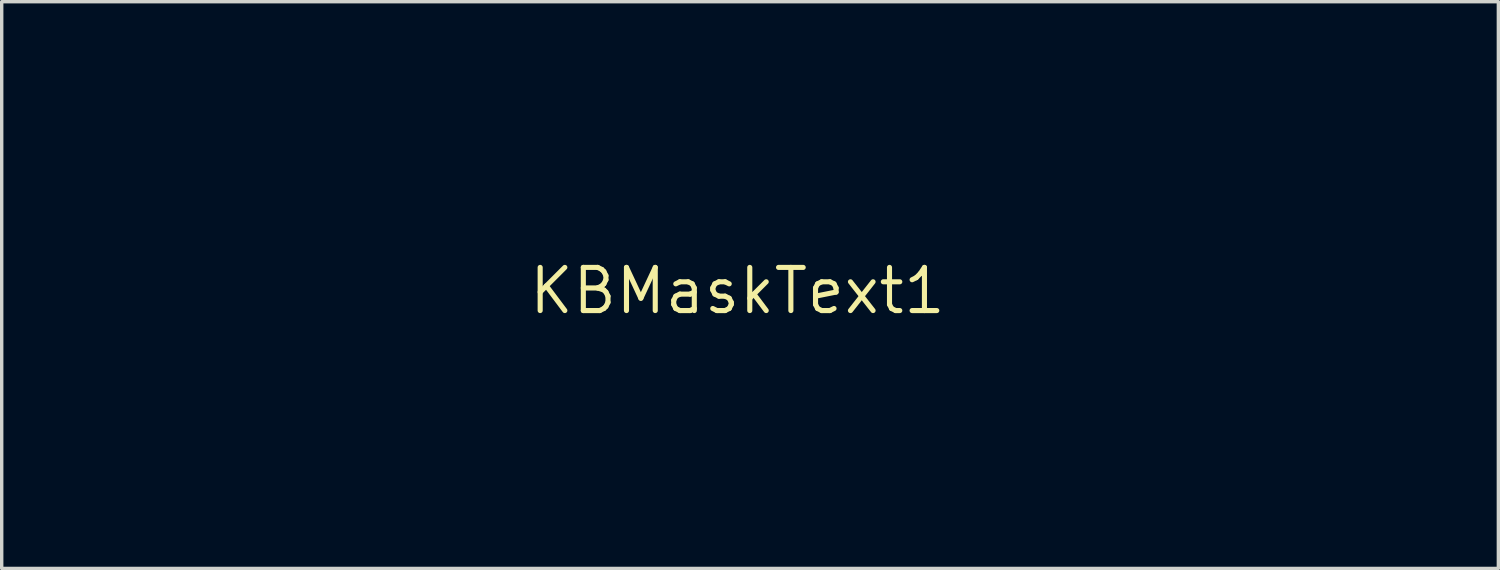
<source format=kicad_pcb>
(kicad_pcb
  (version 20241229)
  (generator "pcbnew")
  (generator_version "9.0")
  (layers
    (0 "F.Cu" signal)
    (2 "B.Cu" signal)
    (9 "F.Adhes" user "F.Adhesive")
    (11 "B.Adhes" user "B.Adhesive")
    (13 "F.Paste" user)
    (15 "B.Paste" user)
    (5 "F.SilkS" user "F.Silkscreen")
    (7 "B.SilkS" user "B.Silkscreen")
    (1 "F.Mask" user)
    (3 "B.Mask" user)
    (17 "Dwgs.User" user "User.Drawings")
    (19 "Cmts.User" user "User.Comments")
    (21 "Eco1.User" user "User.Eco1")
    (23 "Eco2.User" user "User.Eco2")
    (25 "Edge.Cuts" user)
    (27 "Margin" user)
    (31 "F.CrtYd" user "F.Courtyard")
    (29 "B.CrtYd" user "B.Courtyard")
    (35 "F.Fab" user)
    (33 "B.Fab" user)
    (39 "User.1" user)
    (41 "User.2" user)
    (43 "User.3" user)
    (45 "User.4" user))
  (footprint "KBMaskText1"
    (layer "F.Cu")
    (at 18.653 5.51)
    (property "Reference" "KBMaskText1" (at 0 0 0) (layer "F.SilkS") (effects (font (size 1.27 1.27) (thickness 0.15))))
    (attr through_hole)
    (fp_poly (pts (xy -12.975 0.36) (xy -13.504 0.36) (xy -13.504 -4.022) (xy -12.975 -4.022) (xy -12.975 0.36)) (stroke (width 0.01) (type solid)) (fill yes) (layer "F.Mask"))
    (fp_poly (pts (xy -9.631 5.165) (xy -10.097 5.165) (xy -10.097 2.265) (xy -10.541 2.265) (xy -10.541 1.841) (xy -10.477 1.841) (xy -10.395 1.828) (xy -10.304 1.795) (xy -10.228 1.75) (xy -10.216 1.74) (xy -10.171 1.683) (xy -10.131 1.604) (xy -10.103 1.523) (xy -10.097 1.476) (xy -10.097 1.418) (xy -9.631 1.418) (xy -9.631 5.165)) (stroke (width 0.01) (type solid)) (fill yes) (layer "F.Mask"))
    (fp_poly (pts (xy -13.201 -5.494) (xy -13.08 -5.456) (xy -12.985 -5.386) (xy -12.919 -5.288) (xy -12.885 -5.167) (xy -12.882 -5.111) (xy -12.9 -4.995) (xy -12.953 -4.896) (xy -13.032 -4.819) (xy -13.13 -4.768) (xy -13.242 -4.747) (xy -13.359 -4.762) (xy -13.384 -4.771) (xy -13.481 -4.82) (xy -13.55 -4.89) (xy -13.592 -4.964) (xy -13.625 -5.08) (xy -13.621 -5.193) (xy -13.585 -5.297) (xy -13.522 -5.386) (xy -13.436 -5.453) (xy -13.331 -5.492) (xy -13.214 -5.496) (xy -13.201 -5.494)) (stroke (width 0.01) (type solid)) (fill yes) (layer "F.Mask"))
    (fp_poly (pts (xy 15.759 -4.002) (xy 15.764 -3.948) (xy 15.768 -3.867) (xy 15.769 -3.769) (xy 15.769 -3.759) (xy 15.769 -3.496) (xy 15.647 -3.482) (xy 15.43 -3.439) (xy 15.233 -3.36) (xy 15.06 -3.247) (xy 14.912 -3.1) (xy 14.79 -2.922) (xy 14.697 -2.714) (xy 14.675 -2.645) (xy 14.668 -2.618) (xy 14.662 -2.583) (xy 14.657 -2.539) (xy 14.652 -2.481) (xy 14.648 -2.407) (xy 14.645 -2.313) (xy 14.642 -2.196) (xy 14.64 -2.054) (xy 14.638 -1.882) (xy 14.636 -1.679) (xy 14.634 -1.44) (xy 14.632 -1.162) (xy 14.632 -1.085) (xy 14.623 0.36) (xy 14.118 0.36) (xy 14.118 -1.106) (xy 14.119 -1.401) (xy 14.119 -1.657) (xy 14.12 -1.877) (xy 14.121 -2.065) (xy 14.123 -2.224) (xy 14.126 -2.358) (xy 14.13 -2.469) (xy 14.135 -2.562) (xy 14.143 -2.639) (xy 14.151 -2.705) (xy 14.162 -2.762) (xy 14.175 -2.813) (xy 14.19 -2.863) (xy 14.208 -2.914) (xy 14.226 -2.963) (xy 14.327 -3.18) (xy 14.463 -3.383) (xy 14.629 -3.566) (xy 14.818 -3.724) (xy 15.025 -3.851) (xy 15.195 -3.925) (xy 15.288 -3.952) (xy 15.407 -3.978) (xy 15.537 -4) (xy 15.661 -4.015) (xy 15.753 -4.021) (xy 15.759 -4.002)) (stroke (width 0.01) (type solid)) (fill yes) (layer "F.Mask"))
    (fp_poly (pts (xy 19.389 0.36) (xy 18.78 0.357) (xy 18.617 0.356) (xy 18.461 0.354) (xy 18.319 0.35) (xy 18.199 0.346) (xy 18.107 0.342) (xy 18.049 0.337) (xy 18.046 0.336) (xy 17.764 0.274) (xy 17.482 0.171) (xy 17.388 0.127) (xy 17.128 -0.023) (xy 16.896 -0.201) (xy 16.695 -0.404) (xy 16.525 -0.628) (xy 16.387 -0.87) (xy 16.283 -1.127) (xy 16.214 -1.394) (xy 16.181 -1.67) (xy 16.182 -1.708) (xy 16.715 -1.708) (xy 16.726 -1.547) (xy 16.75 -1.408) (xy 16.75 -1.408) (xy 16.776 -1.321) (xy 16.816 -1.215) (xy 16.862 -1.107) (xy 16.883 -1.063) (xy 17.002 -0.866) (xy 17.154 -0.682) (xy 17.331 -0.517) (xy 17.526 -0.38) (xy 17.685 -0.298) (xy 17.803 -0.251) (xy 17.922 -0.217) (xy 18.052 -0.193) (xy 18.202 -0.179) (xy 18.38 -0.172) (xy 18.473 -0.171) (xy 18.838 -0.169) (xy 18.838 -1.794) (xy 18.838 -3.418) (xy 18.494 -3.412) (xy 18.365 -3.407) (xy 18.238 -3.4) (xy 18.125 -3.391) (xy 18.038 -3.381) (xy 18.009 -3.376) (xy 17.764 -3.305) (xy 17.536 -3.198) (xy 17.328 -3.056) (xy 17.144 -2.885) (xy 16.986 -2.687) (xy 16.86 -2.466) (xy 16.767 -2.224) (xy 16.752 -2.17) (xy 16.728 -2.035) (xy 16.715 -1.876) (xy 16.715 -1.708) (xy 16.182 -1.708) (xy 16.185 -1.95) (xy 16.227 -2.232) (xy 16.309 -2.511) (xy 16.408 -2.74) (xy 16.477 -2.87) (xy 16.544 -2.98) (xy 16.619 -3.081) (xy 16.71 -3.187) (xy 16.791 -3.274) (xy 17.018 -3.481) (xy 17.266 -3.651) (xy 17.447 -3.747) (xy 17.577 -3.804) (xy 17.698 -3.848) (xy 17.819 -3.88) (xy 17.951 -3.904) (xy 18.102 -3.921) (xy 18.282 -3.932) (xy 18.36 -3.935) (xy 18.76 -3.95) (xy 18.81 -4.008) (xy 18.86 -4.066) (xy 18.86 -5.503) (xy 19.389 -5.503) (xy 19.389 0.36)) (stroke (width 0.01) (type solid)) (fill yes) (layer "F.Mask"))
    (fp_poly (pts (xy -10.245 -4.002) (xy -9.995 -3.981) (xy -9.758 -3.922) (xy -9.537 -3.825) (xy -9.334 -3.694) (xy -9.152 -3.53) (xy -8.993 -3.336) (xy -8.859 -3.113) (xy -8.755 -2.863) (xy -8.729 -2.783) (xy -8.722 -2.756) (xy -8.715 -2.725) (xy -8.71 -2.686) (xy -8.705 -2.637) (xy -8.701 -2.574) (xy -8.698 -2.495) (xy -8.695 -2.395) (xy -8.692 -2.273) (xy -8.69 -2.125) (xy -8.689 -1.948) (xy -8.687 -1.738) (xy -8.686 -1.493) (xy -8.684 -1.209) (xy -8.684 -1.148) (xy -8.676 0.36) (xy -9.206 0.36) (xy -9.218 -2.593) (xy -9.273 -2.733) (xy -9.372 -2.942) (xy -9.493 -3.116) (xy -9.639 -3.257) (xy -9.81 -3.367) (xy -9.829 -3.376) (xy -10.016 -3.446) (xy -10.206 -3.475) (xy -10.395 -3.467) (xy -10.578 -3.421) (xy -10.75 -3.34) (xy -10.908 -3.226) (xy -11.047 -3.08) (xy -11.163 -2.904) (xy -11.175 -2.882) (xy -11.203 -2.814) (xy -11.234 -2.725) (xy -11.261 -2.632) (xy -11.262 -2.63) (xy -11.27 -2.596) (xy -11.277 -2.561) (xy -11.283 -2.521) (xy -11.288 -2.473) (xy -11.292 -2.414) (xy -11.295 -2.34) (xy -11.298 -2.247) (xy -11.3 -2.134) (xy -11.301 -1.995) (xy -11.302 -1.828) (xy -11.303 -1.63) (xy -11.303 -1.397) (xy -11.303 -1.126) (xy -11.303 -1.055) (xy -11.303 0.36) (xy -11.834 0.36) (xy -11.827 -1.138) (xy -11.826 -1.436) (xy -11.824 -1.696) (xy -11.823 -1.92) (xy -11.821 -2.111) (xy -11.818 -2.274) (xy -11.814 -2.411) (xy -11.809 -2.526) (xy -11.802 -2.622) (xy -11.793 -2.702) (xy -11.781 -2.77) (xy -11.767 -2.83) (xy -11.75 -2.883) (xy -11.73 -2.935) (xy -11.706 -2.988) (xy -11.679 -3.046) (xy -11.652 -3.101) (xy -11.52 -3.329) (xy -11.361 -3.527) (xy -11.177 -3.693) (xy -10.971 -3.825) (xy -10.745 -3.922) (xy -10.503 -3.981) (xy -10.247 -4.002) (xy -10.245 -4.002)) (stroke (width 0.01) (type solid)) (fill yes) (layer "F.Mask"))
    (fp_poly (pts (xy -7.048 -2.239) (xy -6.915 -2.363) (xy -6.874 -2.401) (xy -6.805 -2.465) (xy -6.712 -2.551) (xy -6.599 -2.657) (xy -6.468 -2.778) (xy -6.324 -2.911) (xy -6.169 -3.054) (xy -6.008 -3.203) (xy -5.953 -3.254) (xy -5.123 -4.022) (xy -4.729 -4.022) (xy -4.602 -4.021) (xy -4.494 -4.018) (xy -4.41 -4.014) (xy -4.358 -4.009) (xy -4.343 -4.003) (xy -4.359 -3.986) (xy -4.405 -3.943) (xy -4.476 -3.876) (xy -4.571 -3.789) (xy -4.686 -3.684) (xy -4.819 -3.563) (xy -4.968 -3.429) (xy -5.128 -3.284) (xy -5.299 -3.13) (xy -5.308 -3.122) (xy -5.478 -2.969) (xy -5.639 -2.823) (xy -5.787 -2.688) (xy -5.921 -2.567) (xy -6.036 -2.461) (xy -6.131 -2.373) (xy -6.203 -2.306) (xy -6.248 -2.262) (xy -6.265 -2.243) (xy -6.265 -2.243) (xy -6.248 -2.223) (xy -6.227 -2.213) (xy -6.194 -2.192) (xy -6.143 -2.15) (xy -6.092 -2.101) (xy -6.065 -2.07) (xy -6.017 -2.01) (xy -5.949 -1.924) (xy -5.864 -1.815) (xy -5.765 -1.687) (xy -5.654 -1.543) (xy -5.533 -1.385) (xy -5.406 -1.219) (xy -5.274 -1.046) (xy -5.14 -0.87) (xy -5.006 -0.694) (xy -4.875 -0.521) (xy -4.75 -0.355) (xy -4.633 -0.2) (xy -4.526 -0.057) (xy -4.432 0.069) (xy -4.353 0.175) (xy -4.292 0.258) (xy -4.252 0.315) (xy -4.234 0.342) (xy -4.233 0.344) (xy -4.253 0.349) (xy -4.309 0.354) (xy -4.392 0.357) (xy -4.496 0.359) (xy -4.567 0.359) (xy -4.9 0.358) (xy -5.704 -0.701) (xy -5.847 -0.889) (xy -5.984 -1.067) (xy -6.111 -1.232) (xy -6.228 -1.383) (xy -6.332 -1.515) (xy -6.42 -1.626) (xy -6.49 -1.713) (xy -6.54 -1.773) (xy -6.567 -1.802) (xy -6.569 -1.803) (xy -6.621 -1.835) (xy -6.67 -1.844) (xy -6.723 -1.83) (xy -6.788 -1.789) (xy -6.872 -1.719) (xy -6.889 -1.704) (xy -7.048 -1.561) (xy -7.048 0.36) (xy -7.578 0.36) (xy -7.578 -5.503) (xy -7.048 -5.503) (xy -7.048 -2.239)) (stroke (width 0.01) (type solid)) (fill yes) (layer "F.Mask"))
    (fp_poly (pts (xy -17.477 -5.503) (xy -17.264 -5.501) (xy -17.072 -5.499) (xy -16.906 -5.495) (xy -16.77 -5.491) (xy -16.668 -5.486) (xy -16.604 -5.481) (xy -16.602 -5.48) (xy -16.321 -5.42) (xy -16.053 -5.322) (xy -15.799 -5.186) (xy -15.562 -5.016) (xy -15.343 -4.814) (xy -15.144 -4.581) (xy -14.968 -4.32) (xy -14.816 -4.033) (xy -14.691 -3.722) (xy -14.593 -3.39) (xy -14.561 -3.245) (xy -14.533 -3.061) (xy -14.513 -2.851) (xy -14.503 -2.631) (xy -14.503 -2.415) (xy -14.515 -2.22) (xy -14.519 -2.179) (xy -14.577 -1.824) (xy -14.667 -1.486) (xy -14.787 -1.17) (xy -14.937 -0.876) (xy -15.113 -0.607) (xy -15.314 -0.365) (xy -15.54 -0.153) (xy -15.787 0.027) (xy -16.054 0.173) (xy -16.339 0.283) (xy -16.394 0.299) (xy -16.434 0.31) (xy -16.472 0.319) (xy -16.514 0.327) (xy -16.563 0.333) (xy -16.623 0.338) (xy -16.698 0.342) (xy -16.792 0.345) (xy -16.909 0.348) (xy -17.054 0.35) (xy -17.23 0.352) (xy -17.442 0.353) (xy -17.605 0.355) (xy -18.648 0.363) (xy -18.648 -0.167) (xy -18.119 -0.167) (xy -17.351 -0.174) (xy -16.584 -0.18) (xy -16.411 -0.247) (xy -16.169 -0.362) (xy -15.945 -0.514) (xy -15.741 -0.699) (xy -15.559 -0.916) (xy -15.401 -1.161) (xy -15.268 -1.431) (xy -15.162 -1.724) (xy -15.086 -2.037) (xy -15.059 -2.201) (xy -15.038 -2.392) (xy -15.03 -2.565) (xy -15.036 -2.74) (xy -15.055 -2.933) (xy -15.06 -2.97) (xy -15.111 -3.257) (xy -15.187 -3.522) (xy -15.292 -3.781) (xy -15.302 -3.802) (xy -15.454 -4.081) (xy -15.626 -4.322) (xy -15.819 -4.527) (xy -16.034 -4.697) (xy -16.271 -4.83) (xy -16.478 -4.912) (xy -16.519 -4.925) (xy -16.559 -4.936) (xy -16.603 -4.944) (xy -16.656 -4.951) (xy -16.722 -4.956) (xy -16.807 -4.96) (xy -16.915 -4.963) (xy -17.052 -4.965) (xy -17.223 -4.968) (xy -17.373 -4.969) (xy -18.119 -4.977) (xy -18.119 -0.167) (xy -18.648 -0.167) (xy -18.648 -5.503) (xy -17.707 -5.503) (xy -17.477 -5.503)) (stroke (width 0.01) (type solid)) (fill yes) (layer "F.Mask"))
    (fp_poly (pts (xy -17.346 1.444) (xy -17.21 1.456) (xy -17.09 1.474) (xy -16.999 1.499) (xy -16.997 1.5) (xy -16.828 1.588) (xy -16.685 1.706) (xy -16.569 1.848) (xy -16.482 2.011) (xy -16.425 2.189) (xy -16.401 2.377) (xy -16.411 2.57) (xy -16.457 2.762) (xy -16.511 2.894) (xy -16.572 3.002) (xy -16.647 3.108) (xy -16.743 3.216) (xy -16.862 3.33) (xy -17.009 3.454) (xy -17.188 3.592) (xy -17.23 3.624) (xy -17.423 3.772) (xy -17.581 3.907) (xy -17.709 4.033) (xy -17.809 4.155) (xy -17.886 4.278) (xy -17.943 4.406) (xy -17.984 4.545) (xy -18 4.62) (xy -18.015 4.699) (xy -16.404 4.699) (xy -16.404 5.165) (xy -18.484 5.165) (xy -18.473 4.852) (xy -18.462 4.665) (xy -18.443 4.507) (xy -18.412 4.368) (xy -18.367 4.235) (xy -18.305 4.097) (xy -18.296 4.08) (xy -18.226 3.953) (xy -18.148 3.835) (xy -18.056 3.721) (xy -17.945 3.606) (xy -17.812 3.485) (xy -17.652 3.354) (xy -17.459 3.207) (xy -17.441 3.193) (xy -17.277 3.068) (xy -17.145 2.96) (xy -17.044 2.864) (xy -16.968 2.777) (xy -16.916 2.692) (xy -16.883 2.606) (xy -16.866 2.514) (xy -16.862 2.424) (xy -16.876 2.282) (xy -16.919 2.166) (xy -16.996 2.067) (xy -17.032 2.035) (xy -17.156 1.958) (xy -17.297 1.916) (xy -17.448 1.905) (xy -17.6 1.926) (xy -17.747 1.977) (xy -17.881 2.057) (xy -17.995 2.165) (xy -18.016 2.191) (xy -18.058 2.243) (xy -18.092 2.277) (xy -18.105 2.285) (xy -18.13 2.276) (xy -18.181 2.25) (xy -18.248 2.214) (xy -18.321 2.172) (xy -18.393 2.13) (xy -18.452 2.093) (xy -18.49 2.067) (xy -18.5 2.059) (xy -18.487 2.03) (xy -18.452 1.979) (xy -18.404 1.914) (xy -18.348 1.844) (xy -18.292 1.778) (xy -18.242 1.724) (xy -18.219 1.703) (xy -18.118 1.63) (xy -17.992 1.56) (xy -17.858 1.501) (xy -17.732 1.462) (xy -17.72 1.459) (xy -17.614 1.445) (xy -17.485 1.44) (xy -17.346 1.444)) (stroke (width 0.01) (type solid)) (fill yes) (layer "F.Mask"))
    (fp_poly (pts (xy -12.016 1.442) (xy -11.918 1.448) (xy -11.84 1.457) (xy -11.813 1.462) (xy -11.635 1.524) (xy -11.477 1.62) (xy -11.343 1.746) (xy -11.234 1.898) (xy -11.155 2.071) (xy -11.107 2.262) (xy -11.095 2.465) (xy -11.097 2.498) (xy -11.113 2.642) (xy -11.146 2.775) (xy -11.199 2.901) (xy -11.274 3.024) (xy -11.374 3.149) (xy -11.503 3.279) (xy -11.663 3.419) (xy -11.858 3.572) (xy -11.911 3.612) (xy -12.086 3.745) (xy -12.228 3.862) (xy -12.342 3.967) (xy -12.432 4.064) (xy -12.503 4.158) (xy -12.56 4.253) (xy -12.602 4.343) (xy -12.642 4.443) (xy -12.674 4.542) (xy -12.694 4.625) (xy -12.7 4.672) (xy -12.692 4.679) (xy -12.667 4.685) (xy -12.621 4.69) (xy -12.55 4.693) (xy -12.451 4.696) (xy -12.321 4.698) (xy -12.157 4.699) (xy -11.954 4.699) (xy -11.896 4.699) (xy -11.091 4.699) (xy -11.091 5.165) (xy -13.193 5.165) (xy -13.179 4.896) (xy -13.155 4.633) (xy -13.11 4.402) (xy -13.044 4.197) (xy -12.954 4.009) (xy -12.907 3.933) (xy -12.829 3.819) (xy -12.745 3.714) (xy -12.65 3.613) (xy -12.538 3.509) (xy -12.404 3.399) (xy -12.242 3.275) (xy -12.143 3.203) (xy -11.97 3.073) (xy -11.832 2.958) (xy -11.726 2.852) (xy -11.648 2.752) (xy -11.596 2.654) (xy -11.565 2.553) (xy -11.553 2.444) (xy -11.553 2.425) (xy -11.569 2.278) (xy -11.618 2.156) (xy -11.702 2.055) (xy -11.745 2.021) (xy -11.86 1.953) (xy -11.982 1.916) (xy -12.122 1.907) (xy -12.164 1.909) (xy -12.332 1.936) (xy -12.483 2) (xy -12.622 2.103) (xy -12.684 2.163) (xy -12.805 2.292) (xy -12.98 2.191) (xy -13.058 2.146) (xy -13.122 2.107) (xy -13.164 2.08) (xy -13.174 2.073) (xy -13.175 2.045) (xy -13.152 1.994) (xy -13.109 1.928) (xy -13.051 1.854) (xy -12.983 1.778) (xy -12.932 1.728) (xy -12.78 1.608) (xy -12.615 1.522) (xy -12.431 1.468) (xy -12.222 1.442) (xy -12.119 1.44) (xy -12.016 1.442)) (stroke (width 0.01) (type solid)) (fill yes) (layer "F.Mask"))
    (fp_poly (pts (xy 7.7 -3.982) (xy 7.958 -3.923) (xy 8.201 -3.826) (xy 8.426 -3.693) (xy 8.632 -3.527) (xy 8.817 -3.329) (xy 8.977 -3.1) (xy 9.111 -2.844) (xy 9.206 -2.593) (xy 9.259 -2.407) (xy 9.294 -2.234) (xy 9.314 -2.057) (xy 9.321 -1.86) (xy 9.321 -1.799) (xy 9.307 -1.529) (xy 9.269 -1.281) (xy 9.202 -1.044) (xy 9.104 -0.804) (xy 9.075 -0.741) (xy 8.931 -0.492) (xy 8.758 -0.269) (xy 8.56 -0.075) (xy 8.34 0.087) (xy 8.1 0.214) (xy 7.873 0.296) (xy 7.756 0.321) (xy 7.613 0.34) (xy 7.461 0.35) (xy 7.313 0.352) (xy 7.185 0.344) (xy 7.137 0.338) (xy 6.874 0.27) (xy 6.629 0.165) (xy 6.403 0.026) (xy 6.198 -0.144) (xy 6.017 -0.344) (xy 5.861 -0.57) (xy 5.732 -0.819) (xy 5.633 -1.09) (xy 5.566 -1.379) (xy 5.532 -1.684) (xy 5.53 -1.717) (xy 5.533 -1.905) (xy 6.06 -1.905) (xy 6.061 -1.681) (xy 6.081 -1.482) (xy 6.125 -1.297) (xy 6.193 -1.111) (xy 6.23 -1.03) (xy 6.36 -0.798) (xy 6.511 -0.601) (xy 6.682 -0.439) (xy 6.873 -0.315) (xy 7.083 -0.228) (xy 7.137 -0.212) (xy 7.314 -0.178) (xy 7.482 -0.173) (xy 7.632 -0.192) (xy 7.71 -0.212) (xy 7.808 -0.246) (xy 7.908 -0.287) (xy 7.937 -0.301) (xy 8.116 -0.408) (xy 8.283 -0.552) (xy 8.434 -0.724) (xy 8.564 -0.92) (xy 8.668 -1.133) (xy 8.716 -1.27) (xy 8.774 -1.523) (xy 8.798 -1.777) (xy 8.787 -2.03) (xy 8.746 -2.277) (xy 8.674 -2.513) (xy 8.575 -2.733) (xy 8.448 -2.935) (xy 8.297 -3.112) (xy 8.123 -3.261) (xy 7.927 -3.377) (xy 7.906 -3.387) (xy 7.696 -3.461) (xy 7.484 -3.494) (xy 7.274 -3.485) (xy 7.069 -3.436) (xy 6.87 -3.347) (xy 6.681 -3.219) (xy 6.551 -3.101) (xy 6.389 -2.917) (xy 6.262 -2.725) (xy 6.168 -2.52) (xy 6.104 -2.294) (xy 6.068 -2.044) (xy 6.06 -1.905) (xy 5.533 -1.905) (xy 5.536 -2.049) (xy 5.579 -2.362) (xy 5.66 -2.657) (xy 5.779 -2.933) (xy 5.937 -3.192) (xy 5.969 -3.237) (xy 6.158 -3.459) (xy 6.365 -3.644) (xy 6.59 -3.792) (xy 6.832 -3.901) (xy 7.088 -3.971) (xy 7.359 -4.001) (xy 7.429 -4.002) (xy 7.7 -3.982)) (stroke (width 0.01) (type solid)) (fill yes) (layer "F.Mask"))
    (fp_poly (pts (xy -14.641 1.429) (xy -14.457 1.464) (xy -14.281 1.53) (xy -14.116 1.628) (xy -13.967 1.759) (xy -13.838 1.921) (xy -13.76 2.057) (xy -13.701 2.19) (xy -13.654 2.324) (xy -13.618 2.466) (xy -13.591 2.623) (xy -13.574 2.802) (xy -13.564 3.008) (xy -13.561 3.25) (xy -13.561 3.26) (xy -13.565 3.541) (xy -13.578 3.786) (xy -13.601 3.999) (xy -13.635 4.184) (xy -13.682 4.348) (xy -13.742 4.493) (xy -13.816 4.626) (xy -13.898 4.742) (xy -14.037 4.886) (xy -14.203 5.003) (xy -14.387 5.089) (xy -14.583 5.142) (xy -14.784 5.159) (xy -14.982 5.138) (xy -14.998 5.135) (xy -15.2 5.068) (xy -15.382 4.965) (xy -15.542 4.827) (xy -15.678 4.658) (xy -15.789 4.458) (xy -15.873 4.231) (xy -15.902 4.115) (xy -15.916 4.05) (xy -15.926 3.987) (xy -15.934 3.922) (xy -15.94 3.847) (xy -15.944 3.757) (xy -15.946 3.645) (xy -15.948 3.504) (xy -15.948 3.328) (xy -15.948 3.291) (xy -15.947 3.169) (xy -15.49 3.169) (xy -15.489 3.354) (xy -15.484 3.54) (xy -15.474 3.716) (xy -15.459 3.872) (xy -15.441 3.998) (xy -15.441 4) (xy -15.417 4.102) (xy -15.386 4.204) (xy -15.355 4.287) (xy -15.351 4.297) (xy -15.288 4.401) (xy -15.206 4.501) (xy -15.113 4.587) (xy -15.02 4.647) (xy -14.985 4.662) (xy -14.881 4.687) (xy -14.76 4.695) (xy -14.642 4.688) (xy -14.556 4.668) (xy -14.41 4.595) (xy -14.288 4.486) (xy -14.19 4.343) (xy -14.116 4.165) (xy -14.066 3.952) (xy -14.055 3.874) (xy -14.045 3.759) (xy -14.038 3.614) (xy -14.035 3.449) (xy -14.034 3.274) (xy -14.036 3.098) (xy -14.042 2.933) (xy -14.05 2.786) (xy -14.061 2.67) (xy -14.064 2.643) (xy -14.109 2.434) (xy -14.176 2.261) (xy -14.266 2.12) (xy -14.381 2.011) (xy -14.481 1.949) (xy -14.633 1.895) (xy -14.788 1.882) (xy -14.94 1.909) (xy -15.082 1.975) (xy -15.172 2.042) (xy -15.257 2.131) (xy -15.325 2.231) (xy -15.379 2.348) (xy -15.421 2.489) (xy -15.453 2.661) (xy -15.475 2.847) (xy -15.485 2.997) (xy -15.49 3.169) (xy -15.947 3.169) (xy -15.946 3.064) (xy -15.942 2.873) (xy -15.934 2.712) (xy -15.921 2.575) (xy -15.902 2.457) (xy -15.877 2.351) (xy -15.844 2.251) (xy -15.803 2.152) (xy -15.766 2.074) (xy -15.653 1.887) (xy -15.517 1.732) (xy -15.362 1.608) (xy -15.193 1.516) (xy -15.013 1.455) (xy -14.828 1.426) (xy -14.641 1.429)) (stroke (width 0.01) (type solid)) (fill yes) (layer "F.Mask"))
    (fp_poly (pts (xy -3.123 -3.953) (xy -3.111 -3.923) (xy -3.086 -3.856) (xy -3.048 -3.756) (xy -2.999 -3.625) (xy -2.94 -3.467) (xy -2.871 -3.284) (xy -2.795 -3.079) (xy -2.712 -2.857) (xy -2.623 -2.618) (xy -2.53 -2.367) (xy -2.462 -2.186) (xy -2.367 -1.93) (xy -2.276 -1.686) (xy -2.19 -1.456) (xy -2.11 -1.244) (xy -2.038 -1.052) (xy -1.974 -0.884) (xy -1.92 -0.741) (xy -1.877 -0.627) (xy -1.845 -0.546) (xy -1.826 -0.498) (xy -1.82 -0.488) (xy -1.812 -0.507) (xy -1.789 -0.563) (xy -1.754 -0.653) (xy -1.708 -0.774) (xy -1.651 -0.923) (xy -1.585 -1.098) (xy -1.512 -1.295) (xy -1.43 -1.511) (xy -1.344 -1.744) (xy -1.252 -1.991) (xy -1.187 -2.165) (xy -1.092 -2.421) (xy -1 -2.668) (xy -0.913 -2.902) (xy -0.832 -3.12) (xy -0.757 -3.319) (xy -0.691 -3.495) (xy -0.635 -3.646) (xy -0.589 -3.768) (xy -0.554 -3.859) (xy -0.533 -3.916) (xy -0.526 -3.932) (xy -0.488 -4.022) (xy -0.223 -4.022) (xy -0.123 -4.021) (xy -0.04 -4.019) (xy 0.018 -4.015) (xy 0.042 -4.011) (xy 0.042 -4.011) (xy 0.035 -3.989) (xy 0.014 -3.931) (xy -0.02 -3.838) (xy -0.066 -3.712) (xy -0.124 -3.558) (xy -0.191 -3.375) (xy -0.268 -3.169) (xy -0.353 -2.939) (xy -0.445 -2.691) (xy -0.544 -2.425) (xy -0.649 -2.144) (xy -0.758 -1.851) (xy -0.871 -1.549) (xy -0.986 -1.239) (xy -1.104 -0.924) (xy -1.222 -0.608) (xy -1.34 -0.291) (xy -1.398 -0.138) (xy -1.471 0.059) (xy -1.543 0.247) (xy -1.609 0.422) (xy -1.669 0.578) (xy -1.722 0.713) (xy -1.764 0.821) (xy -1.796 0.899) (xy -1.814 0.941) (xy -1.815 0.942) (xy -1.922 1.122) (xy -2.059 1.297) (xy -2.215 1.458) (xy -2.381 1.594) (xy -2.478 1.657) (xy -2.614 1.729) (xy -2.748 1.779) (xy -2.891 1.812) (xy -3.056 1.831) (xy -3.149 1.836) (xy -3.408 1.847) (xy -3.408 1.333) (xy -3.244 1.333) (xy -3.048 1.318) (xy -2.873 1.272) (xy -2.713 1.19) (xy -2.56 1.071) (xy -2.51 1.023) (xy -2.368 0.854) (xy -2.264 0.666) (xy -2.211 0.519) (xy -2.186 0.362) (xy -2.193 0.178) (xy -2.232 -0.032) (xy -2.255 -0.116) (xy -2.27 -0.164) (xy -2.299 -0.248) (xy -2.341 -0.366) (xy -2.395 -0.514) (xy -2.458 -0.688) (xy -2.531 -0.887) (xy -2.611 -1.106) (xy -2.699 -1.343) (xy -2.792 -1.594) (xy -2.89 -1.857) (xy -2.991 -2.128) (xy -2.996 -2.143) (xy -3.096 -2.409) (xy -3.191 -2.665) (xy -3.281 -2.906) (xy -3.365 -3.131) (xy -3.441 -3.336) (xy -3.508 -3.519) (xy -3.566 -3.676) (xy -3.614 -3.806) (xy -3.65 -3.905) (xy -3.673 -3.97) (xy -3.683 -3.999) (xy -3.683 -4) (xy -3.662 -4.01) (xy -3.603 -4.017) (xy -3.507 -4.021) (xy -3.417 -4.022) (xy -3.152 -4.022) (xy -3.123 -3.953)) (stroke (width 0.01) (type solid)) (fill yes) (layer "F.Mask"))
    (fp_poly (pts (xy 11.687 -3.998) (xy 11.853 -3.979) (xy 12.005 -3.942) (xy 12.157 -3.885) (xy 12.3 -3.816) (xy 12.511 -3.684) (xy 12.692 -3.523) (xy 12.842 -3.337) (xy 12.957 -3.129) (xy 12.978 -3.08) (xy 13.028 -2.953) (xy 13.034 -1.88) (xy 13.036 -1.634) (xy 13.036 -1.426) (xy 13.036 -1.253) (xy 13.036 -1.111) (xy 13.034 -0.996) (xy 13.032 -0.904) (xy 13.028 -0.831) (xy 13.023 -0.774) (xy 13.017 -0.729) (xy 13.01 -0.691) (xy 13.006 -0.673) (xy 12.933 -0.473) (xy 12.822 -0.286) (xy 12.678 -0.118) (xy 12.503 0.03) (xy 12.3 0.155) (xy 12.074 0.252) (xy 11.927 0.297) (xy 11.768 0.328) (xy 11.587 0.347) (xy 11.402 0.352) (xy 11.229 0.342) (xy 11.13 0.328) (xy 10.886 0.265) (xy 10.664 0.173) (xy 10.465 0.057) (xy 10.292 -0.082) (xy 10.147 -0.239) (xy 10.032 -0.412) (xy 9.949 -0.598) (xy 9.9 -0.794) (xy 9.889 -0.975) (xy 10.406 -0.975) (xy 10.423 -0.832) (xy 10.478 -0.69) (xy 10.573 -0.554) (xy 10.633 -0.492) (xy 10.801 -0.362) (xy 10.99 -0.266) (xy 11.198 -0.206) (xy 11.419 -0.182) (xy 11.651 -0.196) (xy 11.758 -0.215) (xy 11.919 -0.265) (xy 12.077 -0.343) (xy 12.222 -0.443) (xy 12.345 -0.557) (xy 12.437 -0.679) (xy 12.449 -0.699) (xy 12.465 -0.732) (xy 12.477 -0.764) (xy 12.487 -0.803) (xy 12.493 -0.854) (xy 12.498 -0.924) (xy 12.501 -1.019) (xy 12.504 -1.145) (xy 12.506 -1.27) (xy 12.512 -1.746) (xy 11.945 -1.741) (xy 11.728 -1.738) (xy 11.548 -1.732) (xy 11.399 -1.724) (xy 11.274 -1.711) (xy 11.169 -1.694) (xy 11.076 -1.671) (xy 10.991 -1.642) (xy 10.906 -1.606) (xy 10.88 -1.594) (xy 10.714 -1.495) (xy 10.583 -1.381) (xy 10.487 -1.253) (xy 10.428 -1.117) (xy 10.406 -0.975) (xy 9.889 -0.975) (xy 9.888 -0.996) (xy 9.915 -1.202) (xy 9.956 -1.342) (xy 10.047 -1.534) (xy 10.176 -1.712) (xy 10.336 -1.872) (xy 10.524 -2.01) (xy 10.735 -2.123) (xy 10.965 -2.207) (xy 11.028 -2.224) (xy 11.087 -2.237) (xy 11.148 -2.248) (xy 11.217 -2.257) (xy 11.301 -2.264) (xy 11.404 -2.269) (xy 11.533 -2.274) (xy 11.694 -2.278) (xy 11.819 -2.28) (xy 12.01 -2.283) (xy 12.162 -2.286) (xy 12.28 -2.292) (xy 12.369 -2.301) (xy 12.432 -2.316) (xy 12.473 -2.339) (xy 12.497 -2.373) (xy 12.509 -2.418) (xy 12.511 -2.478) (xy 12.508 -2.555) (xy 12.506 -2.621) (xy 12.501 -2.735) (xy 12.494 -2.818) (xy 12.483 -2.88) (xy 12.465 -2.934) (xy 12.447 -2.974) (xy 12.36 -3.107) (xy 12.24 -3.229) (xy 12.094 -3.332) (xy 11.931 -3.411) (xy 11.8 -3.451) (xy 11.727 -3.463) (xy 11.631 -3.471) (xy 11.53 -3.476) (xy 11.513 -3.476) (xy 11.293 -3.458) (xy 11.092 -3.403) (xy 10.912 -3.31) (xy 10.752 -3.181) (xy 10.615 -3.019) (xy 10.559 -2.947) (xy 10.516 -2.911) (xy 10.497 -2.907) (xy 10.466 -2.923) (xy 10.413 -2.957) (xy 10.346 -3.003) (xy 10.274 -3.056) (xy 10.204 -3.109) (xy 10.146 -3.155) (xy 10.108 -3.189) (xy 10.097 -3.202) (xy 10.109 -3.225) (xy 10.141 -3.273) (xy 10.187 -3.339) (xy 10.218 -3.38) (xy 10.387 -3.57) (xy 10.581 -3.728) (xy 10.799 -3.851) (xy 11.035 -3.939) (xy 11.289 -3.99) (xy 11.494 -4.003) (xy 11.687 -3.998)) (stroke (width 0.01) (type solid)) (fill yes) (layer "F.Mask"))
    (fp_poly (pts (xy 2.281 -5.498) (xy 2.563 -5.497) (xy 2.807 -5.495) (xy 3.015 -5.494) (xy 3.192 -5.491) (xy 3.341 -5.488) (xy 3.465 -5.484) (xy 3.568 -5.477) (xy 3.654 -5.469) (xy 3.726 -5.459) (xy 3.787 -5.446) (xy 3.842 -5.43) (xy 3.894 -5.41) (xy 3.946 -5.387) (xy 4.002 -5.361) (xy 4.064 -5.33) (xy 4.154 -5.283) (xy 4.231 -5.233) (xy 4.307 -5.172) (xy 4.394 -5.091) (xy 4.435 -5.05) (xy 4.597 -4.868) (xy 4.719 -4.682) (xy 4.805 -4.488) (xy 4.857 -4.277) (xy 4.877 -4.044) (xy 4.878 -3.99) (xy 4.873 -3.816) (xy 4.855 -3.669) (xy 4.822 -3.534) (xy 4.769 -3.394) (xy 4.715 -3.281) (xy 4.661 -3.181) (xy 4.6 -3.092) (xy 4.524 -3) (xy 4.444 -2.916) (xy 4.262 -2.731) (xy 4.343 -2.675) (xy 4.421 -2.612) (xy 4.513 -2.524) (xy 4.607 -2.423) (xy 4.695 -2.319) (xy 4.765 -2.224) (xy 4.789 -2.187) (xy 4.906 -1.947) (xy 4.984 -1.702) (xy 5.024 -1.454) (xy 5.026 -1.208) (xy 4.992 -0.967) (xy 4.925 -0.735) (xy 4.824 -0.515) (xy 4.692 -0.311) (xy 4.53 -0.126) (xy 4.339 0.036) (xy 4.12 0.172) (xy 3.876 0.277) (xy 3.806 0.3) (xy 3.774 0.31) (xy 3.743 0.318) (xy 3.709 0.325) (xy 3.669 0.331) (xy 3.619 0.336) (xy 3.556 0.34) (xy 3.477 0.343) (xy 3.378 0.345) (xy 3.257 0.348) (xy 3.108 0.349) (xy 2.93 0.351) (xy 2.718 0.352) (xy 2.469 0.354) (xy 2.291 0.355) (xy 0.931 0.362) (xy 0.931 -2.466) (xy 1.46 -2.466) (xy 1.46 -1.306) (xy 1.46 -0.145) (xy 2.503 -0.153) (xy 2.744 -0.155) (xy 2.946 -0.157) (xy 3.113 -0.159) (xy 3.25 -0.162) (xy 3.36 -0.165) (xy 3.447 -0.169) (xy 3.515 -0.173) (xy 3.567 -0.178) (xy 3.608 -0.185) (xy 3.641 -0.193) (xy 3.662 -0.199) (xy 3.874 -0.289) (xy 4.06 -0.41) (xy 4.217 -0.559) (xy 4.343 -0.735) (xy 4.435 -0.935) (xy 4.454 -0.995) (xy 4.477 -1.108) (xy 4.487 -1.245) (xy 4.486 -1.389) (xy 4.473 -1.522) (xy 4.454 -1.609) (xy 4.373 -1.812) (xy 4.256 -1.995) (xy 4.108 -2.152) (xy 3.931 -2.282) (xy 3.73 -2.38) (xy 3.662 -2.404) (xy 3.631 -2.412) (xy 3.594 -2.42) (xy 3.546 -2.426) (xy 3.486 -2.431) (xy 3.407 -2.436) (xy 3.307 -2.44) (xy 3.182 -2.443) (xy 3.027 -2.446) (xy 2.84 -2.449) (xy 2.616 -2.452) (xy 2.503 -2.453) (xy 1.46 -2.466) (xy 0.931 -2.466) (xy 0.931 -4.946) (xy 1.46 -4.946) (xy 1.461 -4.013) (xy 1.461 -3.818) (xy 1.462 -3.635) (xy 1.464 -3.47) (xy 1.466 -3.326) (xy 1.469 -3.208) (xy 1.472 -3.121) (xy 1.475 -3.068) (xy 1.477 -3.054) (xy 1.508 -3.028) (xy 1.546 -3.008) (xy 1.58 -3.003) (xy 1.65 -2.999) (xy 1.753 -2.995) (xy 1.882 -2.992) (xy 2.032 -2.989) (xy 2.197 -2.987) (xy 2.374 -2.986) (xy 2.555 -2.986) (xy 2.735 -2.986) (xy 2.911 -2.987) (xy 3.075 -2.989) (xy 3.223 -2.991) (xy 3.349 -2.994) (xy 3.449 -2.998) (xy 3.516 -3.003) (xy 3.537 -3.006) (xy 3.722 -3.061) (xy 3.892 -3.152) (xy 4.042 -3.274) (xy 4.168 -3.422) (xy 4.265 -3.591) (xy 4.327 -3.775) (xy 4.339 -3.836) (xy 4.348 -4.026) (xy 4.319 -4.211) (xy 4.254 -4.387) (xy 4.158 -4.549) (xy 4.035 -4.692) (xy 3.888 -4.81) (xy 3.72 -4.899) (xy 3.537 -4.953) (xy 3.463 -4.962) (xy 3.348 -4.968) (xy 3.193 -4.972) (xy 2.998 -4.973) (xy 2.766 -4.972) (xy 2.497 -4.969) (xy 2.193 -4.963) (xy 2.048 -4.96) (xy 1.46 -4.946) (xy 0.931 -4.946) (xy 0.931 -5.505) (xy 2.281 -5.498)) (stroke (width 0.01) (type solid)) (fill yes) (layer "F.Mask")))
  (gr_rect
    (start -3 -3)
    (end 41.047 13.68)
    (stroke (width 0.1) (type default))
    (fill no)
    (layer "Edge.Cuts")))
</source>
